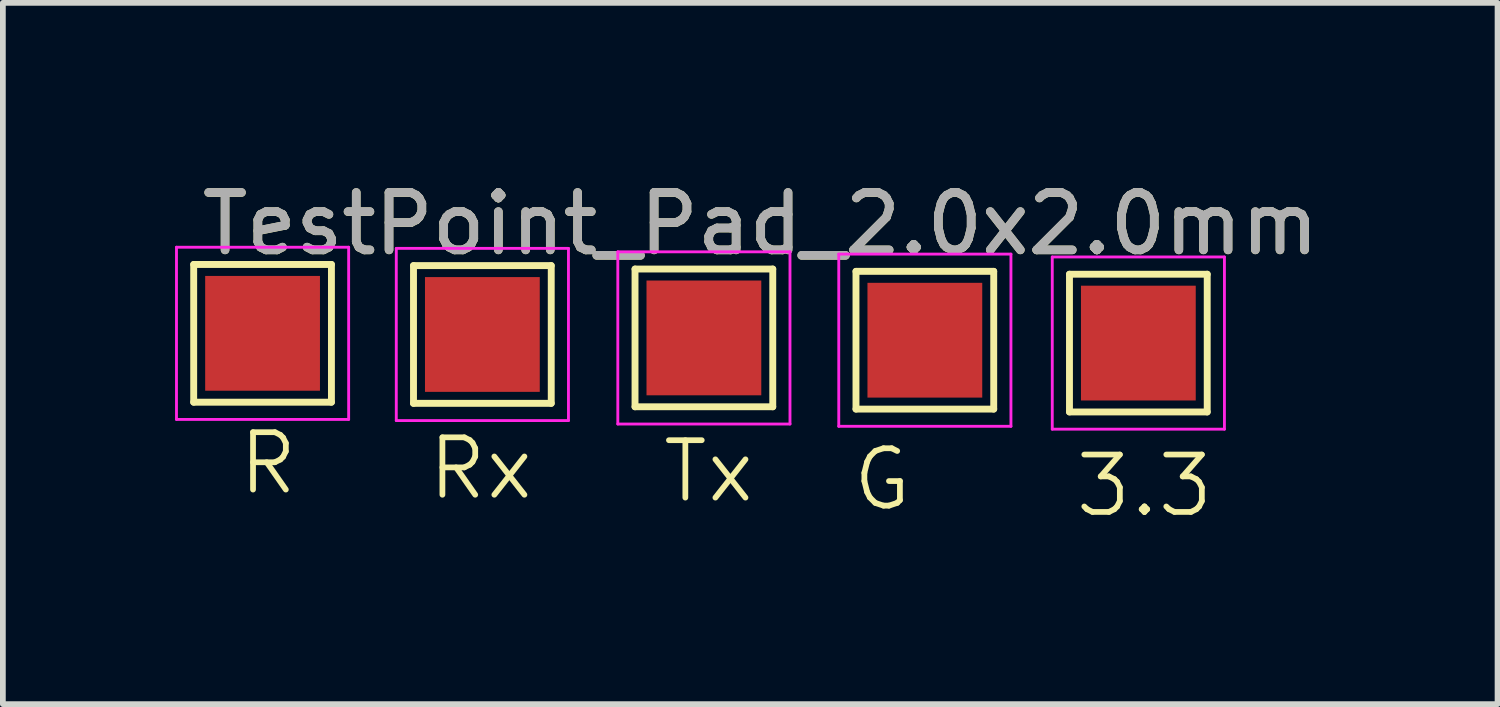
<source format=kicad_pcb>
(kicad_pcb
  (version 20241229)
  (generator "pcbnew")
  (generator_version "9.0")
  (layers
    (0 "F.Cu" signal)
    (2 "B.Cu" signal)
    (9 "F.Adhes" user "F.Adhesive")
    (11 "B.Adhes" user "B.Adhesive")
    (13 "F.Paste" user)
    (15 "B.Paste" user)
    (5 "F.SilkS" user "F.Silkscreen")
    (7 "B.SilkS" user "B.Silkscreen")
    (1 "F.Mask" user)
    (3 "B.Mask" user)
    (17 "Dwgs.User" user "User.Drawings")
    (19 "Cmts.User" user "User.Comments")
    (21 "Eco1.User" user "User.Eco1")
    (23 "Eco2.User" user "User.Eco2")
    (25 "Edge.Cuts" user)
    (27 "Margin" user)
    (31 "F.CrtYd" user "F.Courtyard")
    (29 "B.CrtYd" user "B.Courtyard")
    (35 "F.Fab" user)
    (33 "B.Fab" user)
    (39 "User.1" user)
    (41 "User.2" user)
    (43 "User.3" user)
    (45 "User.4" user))
  (footprint "TestPoint_Pad_2.0x2.0mm"
    (layer "F.Cu")
    (at 10.205 2.848)
    (property "Reference" "TestPoint_Pad_2.0x2.0mm" (at 0 -1.998 0) (layer "F.SilkS") (effects (font (size 1 1) (thickness 0.15))))
    (attr exclude_from_pos_files exclude_from_bom)
    (fp_line (start -9.88 -1.29) (end -7.48 -1.29) (stroke (width 0.12) (type solid)) (layer "F.SilkS"))
    (fp_line (start -9.88 1.11) (end -9.88 -1.29) (stroke (width 0.12) (type solid)) (layer "F.SilkS"))
    (fp_line (start -7.48 -1.29) (end -7.48 1.11) (stroke (width 0.12) (type solid)) (layer "F.SilkS"))
    (fp_line (start -7.48 1.11) (end -9.88 1.11) (stroke (width 0.12) (type solid)) (layer "F.SilkS"))
    (fp_line (start -6.05 -1.27) (end -3.65 -1.27) (stroke (width 0.12) (type solid)) (layer "F.SilkS"))
    (fp_line (start -6.05 1.13) (end -6.05 -1.27) (stroke (width 0.12) (type solid)) (layer "F.SilkS"))
    (fp_line (start -3.65 -1.27) (end -3.65 1.13) (stroke (width 0.12) (type solid)) (layer "F.SilkS"))
    (fp_line (start -3.65 1.13) (end -6.05 1.13) (stroke (width 0.12) (type solid)) (layer "F.SilkS"))
    (fp_line (start -2.19 -1.21) (end 0.21 -1.21) (stroke (width 0.12) (type solid)) (layer "F.SilkS"))
    (fp_line (start -2.19 1.19) (end -2.19 -1.21) (stroke (width 0.12) (type solid)) (layer "F.SilkS"))
    (fp_line (start 0.21 -1.21) (end 0.21 1.19) (stroke (width 0.12) (type solid)) (layer "F.SilkS"))
    (fp_line (start 0.21 1.19) (end -2.19 1.19) (stroke (width 0.12) (type solid)) (layer "F.SilkS"))
    (fp_line (start 1.66 -1.17) (end 4.06 -1.17) (stroke (width 0.12) (type solid)) (layer "F.SilkS"))
    (fp_line (start 1.66 1.23) (end 1.66 -1.17) (stroke (width 0.12) (type solid)) (layer "F.SilkS"))
    (fp_line (start 4.06 -1.17) (end 4.06 1.23) (stroke (width 0.12) (type solid)) (layer "F.SilkS"))
    (fp_line (start 4.06 1.23) (end 1.66 1.23) (stroke (width 0.12) (type solid)) (layer "F.SilkS"))
    (fp_line (start 5.38 -1.12) (end 7.78 -1.12) (stroke (width 0.12) (type solid)) (layer "F.SilkS"))
    (fp_line (start 5.38 1.28) (end 5.38 -1.12) (stroke (width 0.12) (type solid)) (layer "F.SilkS"))
    (fp_line (start 7.78 -1.12) (end 7.78 1.28) (stroke (width 0.12) (type solid)) (layer "F.SilkS"))
    (fp_line (start 7.78 1.28) (end 5.38 1.28) (stroke (width 0.12) (type solid)) (layer "F.SilkS"))
    (fp_line (start -10.18 -1.59) (end -10.18 1.41) (stroke (width 0.05) (type solid)) (layer "F.CrtYd"))
    (fp_line (start -10.18 -1.59) (end -7.18 -1.59) (stroke (width 0.05) (type solid)) (layer "F.CrtYd"))
    (fp_line (start -7.18 1.41) (end -10.18 1.41) (stroke (width 0.05) (type solid)) (layer "F.CrtYd"))
    (fp_line (start -7.18 1.41) (end -7.18 -1.59) (stroke (width 0.05) (type solid)) (layer "F.CrtYd"))
    (fp_line (start -6.35 -1.57) (end -6.35 1.43) (stroke (width 0.05) (type solid)) (layer "F.CrtYd"))
    (fp_line (start -6.35 -1.57) (end -3.35 -1.57) (stroke (width 0.05) (type solid)) (layer "F.CrtYd"))
    (fp_line (start -3.35 1.43) (end -6.35 1.43) (stroke (width 0.05) (type solid)) (layer "F.CrtYd"))
    (fp_line (start -3.35 1.43) (end -3.35 -1.57) (stroke (width 0.05) (type solid)) (layer "F.CrtYd"))
    (fp_line (start -2.49 -1.51) (end -2.49 1.49) (stroke (width 0.05) (type solid)) (layer "F.CrtYd"))
    (fp_line (start -2.49 -1.51) (end 0.51 -1.51) (stroke (width 0.05) (type solid)) (layer "F.CrtYd"))
    (fp_line (start 0.51 1.49) (end -2.49 1.49) (stroke (width 0.05) (type solid)) (layer "F.CrtYd"))
    (fp_line (start 0.51 1.49) (end 0.51 -1.51) (stroke (width 0.05) (type solid)) (layer "F.CrtYd"))
    (fp_line (start 1.36 -1.47) (end 1.36 1.53) (stroke (width 0.05) (type solid)) (layer "F.CrtYd"))
    (fp_line (start 1.36 -1.47) (end 4.36 -1.47) (stroke (width 0.05) (type solid)) (layer "F.CrtYd"))
    (fp_line (start 4.36 1.53) (end 1.36 1.53) (stroke (width 0.05) (type solid)) (layer "F.CrtYd"))
    (fp_line (start 4.36 1.53) (end 4.36 -1.47) (stroke (width 0.05) (type solid)) (layer "F.CrtYd"))
    (fp_line (start 5.08 -1.42) (end 5.08 1.58) (stroke (width 0.05) (type solid)) (layer "F.CrtYd"))
    (fp_line (start 5.08 -1.42) (end 8.08 -1.42) (stroke (width 0.05) (type solid)) (layer "F.CrtYd"))
    (fp_line (start 8.08 1.58) (end 5.08 1.58) (stroke (width 0.05) (type solid)) (layer "F.CrtYd"))
    (fp_line (start 8.08 1.58) (end 8.08 -1.42) (stroke (width 0.05) (type solid)) (layer "F.CrtYd"))
    (fp_text user "3.3" (at 5.43 3.15 0) (unlocked yes) (layer "F.SilkS") (effects (font (size 1 1) (thickness 0.1)) (justify left bottom)))
    (fp_text user "G" (at 1.55 3.04 0) (unlocked yes) (layer "F.SilkS") (effects (font (size 1 1) (thickness 0.1)) (justify left bottom)))
    (fp_text user "Tx" (at -1.76 2.9 0) (unlocked yes) (layer "F.SilkS") (effects (font (size 1 1) (thickness 0.1)) (justify left bottom)))
    (fp_text user "R" (at -9.15 2.76 0) (unlocked yes) (layer "F.SilkS") (effects (font (size 1 1) (thickness 0.1)) (justify left bottom)))
    (fp_text user "Rx" (at -5.85 2.85 0) (unlocked yes) (layer "F.SilkS") (effects (font (size 1 1) (thickness 0.1)) (justify left bottom)))
    (fp_text user "${REFERENCE}" (at 0 -2 0) (layer "F.Fab") (effects (font (size 1 1) (thickness 0.15))))
    (pad "1" smd rect (at -8.68 -0.09) (size 2 2) (layers "F.Cu" "F.Mask"))
    (pad "2" smd rect (at -4.85 -0.07) (size 2 2) (layers "F.Cu" "F.Mask"))
    (pad "3" smd rect (at -0.99 -0.01) (size 2 2) (layers "F.Cu" "F.Mask"))
    (pad "4" smd rect (at 2.86 0.03) (size 2 2) (layers "F.Cu" "F.Mask"))
    (pad "5" smd rect (at 6.58 0.08) (size 2 2) (layers "F.Cu" "F.Mask")))
  (gr_rect
    (start -3 -3)
    (end 23.044 9.219)
    (stroke (width 0.1) (type default))
    (fill no)
    (layer "Edge.Cuts")))
</source>
